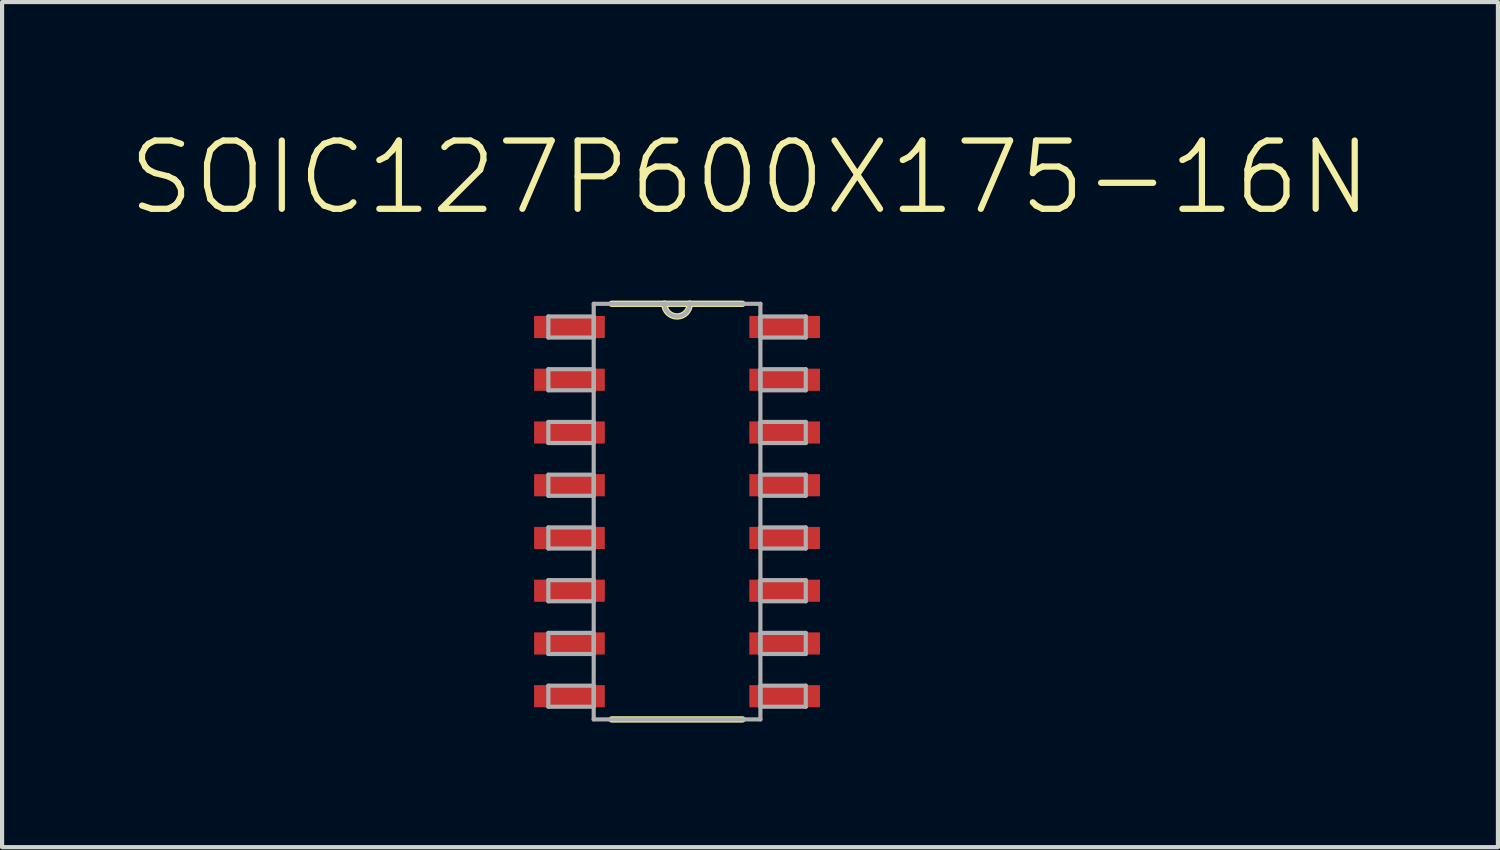
<source format=kicad_pcb>
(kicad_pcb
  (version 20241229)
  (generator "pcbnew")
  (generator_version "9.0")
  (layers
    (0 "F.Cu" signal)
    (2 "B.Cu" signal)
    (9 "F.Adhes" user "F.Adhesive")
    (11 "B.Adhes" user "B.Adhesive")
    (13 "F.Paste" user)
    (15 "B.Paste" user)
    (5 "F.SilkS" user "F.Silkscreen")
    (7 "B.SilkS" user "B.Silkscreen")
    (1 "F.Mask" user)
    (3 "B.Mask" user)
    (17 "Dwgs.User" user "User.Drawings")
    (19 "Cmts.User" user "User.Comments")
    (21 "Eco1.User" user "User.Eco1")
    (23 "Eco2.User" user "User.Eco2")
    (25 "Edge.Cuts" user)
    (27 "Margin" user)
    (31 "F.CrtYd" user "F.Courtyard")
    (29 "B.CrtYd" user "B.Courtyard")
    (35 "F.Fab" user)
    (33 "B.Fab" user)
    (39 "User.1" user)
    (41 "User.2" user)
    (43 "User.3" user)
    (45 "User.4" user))
  (footprint "SOIC127P600X175-16N"
    (layer "F.Cu")
    (at 13.253 9.269)
    (property "Reference" "SOIC127P600X175-16N" (at 1.756 -8.044 0) (layer "F.SilkS") (effects (font (size 1.644 1.644) (thickness 0.15))))
    (attr through_hole)
    (fp_line (start -1.575 5.004) (end 1.575 5.004) (stroke (width 0.152) (type solid)) (layer "F.SilkS"))
    (fp_line (start -0.305 -5.004) (end -1.575 -5.004) (stroke (width 0.152) (type solid)) (layer "F.SilkS"))
    (fp_line (start 0.305 -5.004) (end -0.305 -5.004) (stroke (width 0.152) (type solid)) (layer "F.SilkS"))
    (fp_line (start 1.575 -5.004) (end 0.305 -5.004) (stroke (width 0.152) (type solid)) (layer "F.SilkS"))
    (fp_arc (start 0.3048 -5.0038) (mid 0 -4.699) (end -0.3048 -5.0038) (stroke (width 0.1524) (type solid)) (layer "F.SilkS"))
    (fp_line (start -3.099 -4.699) (end -3.099 -4.191) (stroke (width 0.1) (type solid)) (layer "F.Fab"))
    (fp_line (start -3.099 -4.191) (end -2.007 -4.191) (stroke (width 0.1) (type solid)) (layer "F.Fab"))
    (fp_line (start -3.099 -3.429) (end -3.099 -2.921) (stroke (width 0.1) (type solid)) (layer "F.Fab"))
    (fp_line (start -3.099 -2.921) (end -2.007 -2.921) (stroke (width 0.1) (type solid)) (layer "F.Fab"))
    (fp_line (start -3.099 -2.159) (end -3.099 -1.651) (stroke (width 0.1) (type solid)) (layer "F.Fab"))
    (fp_line (start -3.099 -1.651) (end -2.007 -1.651) (stroke (width 0.1) (type solid)) (layer "F.Fab"))
    (fp_line (start -3.099 -0.889) (end -3.099 -0.381) (stroke (width 0.1) (type solid)) (layer "F.Fab"))
    (fp_line (start -3.099 -0.381) (end -2.007 -0.381) (stroke (width 0.1) (type solid)) (layer "F.Fab"))
    (fp_line (start -3.099 0.381) (end -3.099 0.889) (stroke (width 0.1) (type solid)) (layer "F.Fab"))
    (fp_line (start -3.099 0.889) (end -2.007 0.889) (stroke (width 0.1) (type solid)) (layer "F.Fab"))
    (fp_line (start -3.099 1.651) (end -3.099 2.159) (stroke (width 0.1) (type solid)) (layer "F.Fab"))
    (fp_line (start -3.099 2.159) (end -2.007 2.159) (stroke (width 0.1) (type solid)) (layer "F.Fab"))
    (fp_line (start -3.099 2.921) (end -3.099 3.429) (stroke (width 0.1) (type solid)) (layer "F.Fab"))
    (fp_line (start -3.099 3.429) (end -2.007 3.429) (stroke (width 0.1) (type solid)) (layer "F.Fab"))
    (fp_line (start -3.099 4.191) (end -3.099 4.699) (stroke (width 0.1) (type solid)) (layer "F.Fab"))
    (fp_line (start -3.099 4.699) (end -2.007 4.699) (stroke (width 0.1) (type solid)) (layer "F.Fab"))
    (fp_line (start -2.007 -5.004) (end -2.007 5.004) (stroke (width 0.1) (type solid)) (layer "F.Fab"))
    (fp_line (start -2.007 -4.699) (end -3.099 -4.699) (stroke (width 0.1) (type solid)) (layer "F.Fab"))
    (fp_line (start -2.007 -4.191) (end -2.007 -4.699) (stroke (width 0.1) (type solid)) (layer "F.Fab"))
    (fp_line (start -2.007 -3.429) (end -3.099 -3.429) (stroke (width 0.1) (type solid)) (layer "F.Fab"))
    (fp_line (start -2.007 -2.921) (end -2.007 -3.429) (stroke (width 0.1) (type solid)) (layer "F.Fab"))
    (fp_line (start -2.007 -2.159) (end -3.099 -2.159) (stroke (width 0.1) (type solid)) (layer "F.Fab"))
    (fp_line (start -2.007 -1.651) (end -2.007 -2.159) (stroke (width 0.1) (type solid)) (layer "F.Fab"))
    (fp_line (start -2.007 -0.889) (end -3.099 -0.889) (stroke (width 0.1) (type solid)) (layer "F.Fab"))
    (fp_line (start -2.007 -0.381) (end -2.007 -0.889) (stroke (width 0.1) (type solid)) (layer "F.Fab"))
    (fp_line (start -2.007 0.381) (end -3.099 0.381) (stroke (width 0.1) (type solid)) (layer "F.Fab"))
    (fp_line (start -2.007 0.889) (end -2.007 0.381) (stroke (width 0.1) (type solid)) (layer "F.Fab"))
    (fp_line (start -2.007 1.651) (end -3.099 1.651) (stroke (width 0.1) (type solid)) (layer "F.Fab"))
    (fp_line (start -2.007 2.159) (end -2.007 1.651) (stroke (width 0.1) (type solid)) (layer "F.Fab"))
    (fp_line (start -2.007 2.921) (end -3.099 2.921) (stroke (width 0.1) (type solid)) (layer "F.Fab"))
    (fp_line (start -2.007 3.429) (end -2.007 2.921) (stroke (width 0.1) (type solid)) (layer "F.Fab"))
    (fp_line (start -2.007 4.191) (end -3.099 4.191) (stroke (width 0.1) (type solid)) (layer "F.Fab"))
    (fp_line (start -2.007 4.699) (end -2.007 4.191) (stroke (width 0.1) (type solid)) (layer "F.Fab"))
    (fp_line (start -2.007 5.004) (end 2.007 5.004) (stroke (width 0.1) (type solid)) (layer "F.Fab"))
    (fp_line (start -0.305 -5.004) (end -2.007 -5.004) (stroke (width 0.1) (type solid)) (layer "F.Fab"))
    (fp_line (start 0.305 -5.004) (end -0.305 -5.004) (stroke (width 0.1) (type solid)) (layer "F.Fab"))
    (fp_line (start 2.007 -5.004) (end 0.305 -5.004) (stroke (width 0.1) (type solid)) (layer "F.Fab"))
    (fp_line (start 2.007 -4.699) (end 2.007 -4.191) (stroke (width 0.1) (type solid)) (layer "F.Fab"))
    (fp_line (start 2.007 -4.191) (end 3.099 -4.191) (stroke (width 0.1) (type solid)) (layer "F.Fab"))
    (fp_line (start 2.007 -3.429) (end 2.007 -2.921) (stroke (width 0.1) (type solid)) (layer "F.Fab"))
    (fp_line (start 2.007 -2.921) (end 3.099 -2.921) (stroke (width 0.1) (type solid)) (layer "F.Fab"))
    (fp_line (start 2.007 -2.159) (end 2.007 -1.651) (stroke (width 0.1) (type solid)) (layer "F.Fab"))
    (fp_line (start 2.007 -1.651) (end 3.099 -1.651) (stroke (width 0.1) (type solid)) (layer "F.Fab"))
    (fp_line (start 2.007 -0.889) (end 2.007 -0.381) (stroke (width 0.1) (type solid)) (layer "F.Fab"))
    (fp_line (start 2.007 -0.381) (end 3.099 -0.381) (stroke (width 0.1) (type solid)) (layer "F.Fab"))
    (fp_line (start 2.007 0.381) (end 2.007 0.889) (stroke (width 0.1) (type solid)) (layer "F.Fab"))
    (fp_line (start 2.007 0.889) (end 3.099 0.889) (stroke (width 0.1) (type solid)) (layer "F.Fab"))
    (fp_line (start 2.007 1.651) (end 2.007 2.159) (stroke (width 0.1) (type solid)) (layer "F.Fab"))
    (fp_line (start 2.007 2.159) (end 3.099 2.159) (stroke (width 0.1) (type solid)) (layer "F.Fab"))
    (fp_line (start 2.007 2.921) (end 2.007 3.429) (stroke (width 0.1) (type solid)) (layer "F.Fab"))
    (fp_line (start 2.007 3.429) (end 3.099 3.429) (stroke (width 0.1) (type solid)) (layer "F.Fab"))
    (fp_line (start 2.007 4.191) (end 2.007 4.699) (stroke (width 0.1) (type solid)) (layer "F.Fab"))
    (fp_line (start 2.007 4.699) (end 3.099 4.699) (stroke (width 0.1) (type solid)) (layer "F.Fab"))
    (fp_line (start 2.007 5.004) (end 2.007 -5.004) (stroke (width 0.1) (type solid)) (layer "F.Fab"))
    (fp_line (start 3.099 -4.699) (end 2.007 -4.699) (stroke (width 0.1) (type solid)) (layer "F.Fab"))
    (fp_line (start 3.099 -4.191) (end 3.099 -4.699) (stroke (width 0.1) (type solid)) (layer "F.Fab"))
    (fp_line (start 3.099 -3.429) (end 2.007 -3.429) (stroke (width 0.1) (type solid)) (layer "F.Fab"))
    (fp_line (start 3.099 -2.921) (end 3.099 -3.429) (stroke (width 0.1) (type solid)) (layer "F.Fab"))
    (fp_line (start 3.099 -2.159) (end 2.007 -2.159) (stroke (width 0.1) (type solid)) (layer "F.Fab"))
    (fp_line (start 3.099 -1.651) (end 3.099 -2.159) (stroke (width 0.1) (type solid)) (layer "F.Fab"))
    (fp_line (start 3.099 -0.889) (end 2.007 -0.889) (stroke (width 0.1) (type solid)) (layer "F.Fab"))
    (fp_line (start 3.099 -0.381) (end 3.099 -0.889) (stroke (width 0.1) (type solid)) (layer "F.Fab"))
    (fp_line (start 3.099 0.381) (end 2.007 0.381) (stroke (width 0.1) (type solid)) (layer "F.Fab"))
    (fp_line (start 3.099 0.889) (end 3.099 0.381) (stroke (width 0.1) (type solid)) (layer "F.Fab"))
    (fp_line (start 3.099 1.651) (end 2.007 1.651) (stroke (width 0.1) (type solid)) (layer "F.Fab"))
    (fp_line (start 3.099 2.159) (end 3.099 1.651) (stroke (width 0.1) (type solid)) (layer "F.Fab"))
    (fp_line (start 3.099 2.921) (end 2.007 2.921) (stroke (width 0.1) (type solid)) (layer "F.Fab"))
    (fp_line (start 3.099 3.429) (end 3.099 2.921) (stroke (width 0.1) (type solid)) (layer "F.Fab"))
    (fp_line (start 3.099 4.191) (end 2.007 4.191) (stroke (width 0.1) (type solid)) (layer "F.Fab"))
    (fp_line (start 3.099 4.699) (end 3.099 4.191) (stroke (width 0.1) (type solid)) (layer "F.Fab"))
    (fp_arc (start 0.3048 -5.0038) (mid 0 -4.699) (end -0.3048 -5.0038) (stroke (width 0.1) (type solid)) (layer "F.Fab"))
    (pad "1" smd rect (at -2.591 -4.445) (size 1.702 0.533) (layers "F.Cu" "F.Mask" "F.Paste"))
    (pad "2" smd rect (at -2.591 -3.175) (size 1.702 0.533) (layers "F.Cu" "F.Mask" "F.Paste"))
    (pad "3" smd rect (at -2.591 -1.905) (size 1.702 0.533) (layers "F.Cu" "F.Mask" "F.Paste"))
    (pad "4" smd rect (at -2.591 -0.635) (size 1.702 0.533) (layers "F.Cu" "F.Mask" "F.Paste"))
    (pad "5" smd rect (at -2.591 0.635) (size 1.702 0.533) (layers "F.Cu" "F.Mask" "F.Paste"))
    (pad "6" smd rect (at -2.591 1.905) (size 1.702 0.533) (layers "F.Cu" "F.Mask" "F.Paste"))
    (pad "7" smd rect (at -2.591 3.175) (size 1.702 0.533) (layers "F.Cu" "F.Mask" "F.Paste"))
    (pad "8" smd rect (at -2.591 4.445) (size 1.702 0.533) (layers "F.Cu" "F.Mask" "F.Paste"))
    (pad "9" smd rect (at 2.591 4.445) (size 1.702 0.533) (layers "F.Cu" "F.Mask" "F.Paste"))
    (pad "10" smd rect (at 2.591 3.175) (size 1.702 0.533) (layers "F.Cu" "F.Mask" "F.Paste"))
    (pad "11" smd rect (at 2.591 1.905) (size 1.702 0.533) (layers "F.Cu" "F.Mask" "F.Paste"))
    (pad "12" smd rect (at 2.591 0.635) (size 1.702 0.533) (layers "F.Cu" "F.Mask" "F.Paste"))
    (pad "13" smd rect (at 2.591 -0.635) (size 1.702 0.533) (layers "F.Cu" "F.Mask" "F.Paste"))
    (pad "14" smd rect (at 2.591 -1.905) (size 1.702 0.533) (layers "F.Cu" "F.Mask" "F.Paste"))
    (pad "15" smd rect (at 2.591 -3.175) (size 1.702 0.533) (layers "F.Cu" "F.Mask" "F.Paste"))
    (pad "16" smd rect (at 2.591 -4.445) (size 1.702 0.533) (layers "F.Cu" "F.Mask" "F.Paste")))
  (gr_rect
    (start -3 -3)
    (end 33.019 17.349)
    (stroke (width 0.1) (type default))
    (fill no)
    (layer "Edge.Cuts")))
</source>
